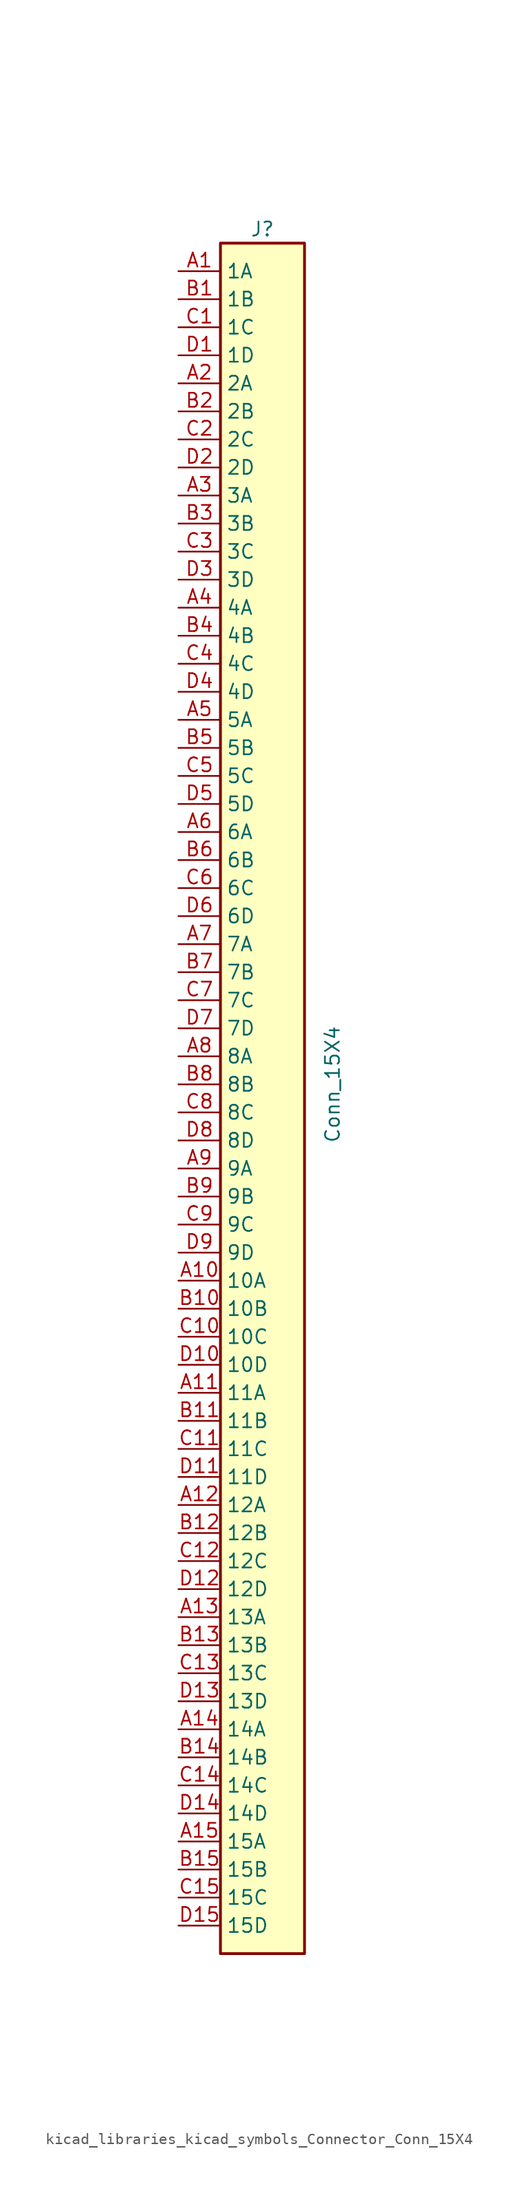
<source format=kicad_sym>
(kicad_symbol_lib
  (version 20220914)
  (generator kicad_symbol_editor)
  (symbol "kicad_libraries_kicad_symbols_Connector_Conn_15X4"
    (property "Reference" "J"
      (at 0 80.01 0)
      (effects (font (size 1.27 1.27))))
    (property "Value" "Conn_15X4"
      (at 6.35 2.54 90)
      (effects (font (size 1.27 1.27))))
    (symbol "kicad_libraries_kicad_symbols_Connector_Conn_15X4_0_1"
      (rectangle (start 3.81 -76.2) (end -3.81 78.74) (stroke (width 0.254) (type default)) (fill (type background))))
    (symbol "kicad_libraries_kicad_symbols_Connector_Conn_15X4_1_1"
      (pin passive line (at -7.62 76.2 0) (length 3.81) (name "1A" (effects (font (size 1.27 1.27)))) (number "A1" (effects (font (size 1.27 1.27)))))
      (pin passive line (at -7.62 -15.24 0) (length 3.81) (name "10A" (effects (font (size 1.27 1.27)))) (number "A10" (effects (font (size 1.27 1.27)))))
      (pin passive line (at -7.62 -25.4 0) (length 3.81) (name "11A" (effects (font (size 1.27 1.27)))) (number "A11" (effects (font (size 1.27 1.27)))))
      (pin passive line (at -7.62 -35.56 0) (length 3.81) (name "12A" (effects (font (size 1.27 1.27)))) (number "A12" (effects (font (size 1.27 1.27)))))
      (pin passive line (at -7.62 -45.72 0) (length 3.81) (name "13A" (effects (font (size 1.27 1.27)))) (number "A13" (effects (font (size 1.27 1.27)))))
      (pin passive line (at -7.62 -55.88 0) (length 3.81) (name "14A" (effects (font (size 1.27 1.27)))) (number "A14" (effects (font (size 1.27 1.27)))))
      (pin passive line (at -7.62 -66.04 0) (length 3.81) (name "15A" (effects (font (size 1.27 1.27)))) (number "A15" (effects (font (size 1.27 1.27)))))
      (pin passive line (at -7.62 66.04 0) (length 3.81) (name "2A" (effects (font (size 1.27 1.27)))) (number "A2" (effects (font (size 1.27 1.27)))))
      (pin passive line (at -7.62 55.88 0) (length 3.81) (name "3A" (effects (font (size 1.27 1.27)))) (number "A3" (effects (font (size 1.27 1.27)))))
      (pin passive line (at -7.62 45.72 0) (length 3.81) (name "4A" (effects (font (size 1.27 1.27)))) (number "A4" (effects (font (size 1.27 1.27)))))
      (pin passive line (at -7.62 35.56 0) (length 3.81) (name "5A" (effects (font (size 1.27 1.27)))) (number "A5" (effects (font (size 1.27 1.27)))))
      (pin passive line (at -7.62 25.4 0) (length 3.81) (name "6A" (effects (font (size 1.27 1.27)))) (number "A6" (effects (font (size 1.27 1.27)))))
      (pin passive line (at -7.62 15.24 0) (length 3.81) (name "7A" (effects (font (size 1.27 1.27)))) (number "A7" (effects (font (size 1.27 1.27)))))
      (pin passive line (at -7.62 5.08 0) (length 3.81) (name "8A" (effects (font (size 1.27 1.27)))) (number "A8" (effects (font (size 1.27 1.27)))))
      (pin passive line (at -7.62 -5.08 0) (length 3.81) (name "9A" (effects (font (size 1.27 1.27)))) (number "A9" (effects (font (size 1.27 1.27)))))
      (pin passive line (at -7.62 73.66 0) (length 3.81) (name "1B" (effects (font (size 1.27 1.27)))) (number "B1" (effects (font (size 1.27 1.27)))))
      (pin passive line (at -7.62 -17.78 0) (length 3.81) (name "10B" (effects (font (size 1.27 1.27)))) (number "B10" (effects (font (size 1.27 1.27)))))
      (pin passive line (at -7.62 -27.94 0) (length 3.81) (name "11B" (effects (font (size 1.27 1.27)))) (number "B11" (effects (font (size 1.27 1.27)))))
      (pin passive line (at -7.62 -38.1 0) (length 3.81) (name "12B" (effects (font (size 1.27 1.27)))) (number "B12" (effects (font (size 1.27 1.27)))))
      (pin passive line (at -7.62 -48.26 0) (length 3.81) (name "13B" (effects (font (size 1.27 1.27)))) (number "B13" (effects (font (size 1.27 1.27)))))
      (pin passive line (at -7.62 -58.42 0) (length 3.81) (name "14B" (effects (font (size 1.27 1.27)))) (number "B14" (effects (font (size 1.27 1.27)))))
      (pin passive line (at -7.62 -68.58 0) (length 3.81) (name "15B" (effects (font (size 1.27 1.27)))) (number "B15" (effects (font (size 1.27 1.27)))))
      (pin passive line (at -7.62 63.5 0) (length 3.81) (name "2B" (effects (font (size 1.27 1.27)))) (number "B2" (effects (font (size 1.27 1.27)))))
      (pin passive line (at -7.62 53.34 0) (length 3.81) (name "3B" (effects (font (size 1.27 1.27)))) (number "B3" (effects (font (size 1.27 1.27)))))
      (pin passive line (at -7.62 43.18 0) (length 3.81) (name "4B" (effects (font (size 1.27 1.27)))) (number "B4" (effects (font (size 1.27 1.27)))))
      (pin passive line (at -7.62 33.02 0) (length 3.81) (name "5B" (effects (font (size 1.27 1.27)))) (number "B5" (effects (font (size 1.27 1.27)))))
      (pin passive line (at -7.62 22.86 0) (length 3.81) (name "6B" (effects (font (size 1.27 1.27)))) (number "B6" (effects (font (size 1.27 1.27)))))
      (pin passive line (at -7.62 12.7 0) (length 3.81) (name "7B" (effects (font (size 1.27 1.27)))) (number "B7" (effects (font (size 1.27 1.27)))))
      (pin passive line (at -7.62 2.54 0) (length 3.81) (name "8B" (effects (font (size 1.27 1.27)))) (number "B8" (effects (font (size 1.27 1.27)))))
      (pin passive line (at -7.62 -7.62 0) (length 3.81) (name "9B" (effects (font (size 1.27 1.27)))) (number "B9" (effects (font (size 1.27 1.27)))))
      (pin passive line (at -7.62 71.12 0) (length 3.81) (name "1C" (effects (font (size 1.27 1.27)))) (number "C1" (effects (font (size 1.27 1.27)))))
      (pin passive line (at -7.62 -20.32 0) (length 3.81) (name "10C" (effects (font (size 1.27 1.27)))) (number "C10" (effects (font (size 1.27 1.27)))))
      (pin passive line (at -7.62 -30.48 0) (length 3.81) (name "11C" (effects (font (size 1.27 1.27)))) (number "C11" (effects (font (size 1.27 1.27)))))
      (pin passive line (at -7.62 -40.64 0) (length 3.81) (name "12C" (effects (font (size 1.27 1.27)))) (number "C12" (effects (font (size 1.27 1.27)))))
      (pin passive line (at -7.62 -50.8 0) (length 3.81) (name "13C" (effects (font (size 1.27 1.27)))) (number "C13" (effects (font (size 1.27 1.27)))))
      (pin passive line (at -7.62 -60.96 0) (length 3.81) (name "14C" (effects (font (size 1.27 1.27)))) (number "C14" (effects (font (size 1.27 1.27)))))
      (pin passive line (at -7.62 -71.12 0) (length 3.81) (name "15C" (effects (font (size 1.27 1.27)))) (number "C15" (effects (font (size 1.27 1.27)))))
      (pin passive line (at -7.62 60.96 0) (length 3.81) (name "2C" (effects (font (size 1.27 1.27)))) (number "C2" (effects (font (size 1.27 1.27)))))
      (pin passive line (at -7.62 50.8 0) (length 3.81) (name "3C" (effects (font (size 1.27 1.27)))) (number "C3" (effects (font (size 1.27 1.27)))))
      (pin passive line (at -7.62 40.64 0) (length 3.81) (name "4C" (effects (font (size 1.27 1.27)))) (number "C4" (effects (font (size 1.27 1.27)))))
      (pin passive line (at -7.62 30.48 0) (length 3.81) (name "5C" (effects (font (size 1.27 1.27)))) (number "C5" (effects (font (size 1.27 1.27)))))
      (pin passive line (at -7.62 20.32 0) (length 3.81) (name "6C" (effects (font (size 1.27 1.27)))) (number "C6" (effects (font (size 1.27 1.27)))))
      (pin passive line (at -7.62 10.16 0) (length 3.81) (name "7C" (effects (font (size 1.27 1.27)))) (number "C7" (effects (font (size 1.27 1.27)))))
      (pin passive line (at -7.62 0 0) (length 3.81) (name "8C" (effects (font (size 1.27 1.27)))) (number "C8" (effects (font (size 1.27 1.27)))))
      (pin passive line (at -7.62 -10.16 0) (length 3.81) (name "9C" (effects (font (size 1.27 1.27)))) (number "C9" (effects (font (size 1.27 1.27)))))
      (pin passive line (at -7.62 68.58 0) (length 3.81) (name "1D" (effects (font (size 1.27 1.27)))) (number "D1" (effects (font (size 1.27 1.27)))))
      (pin passive line (at -7.62 -22.86 0) (length 3.81) (name "10D" (effects (font (size 1.27 1.27)))) (number "D10" (effects (font (size 1.27 1.27)))))
      (pin passive line (at -7.62 -33.02 0) (length 3.81) (name "11D" (effects (font (size 1.27 1.27)))) (number "D11" (effects (font (size 1.27 1.27)))))
      (pin passive line (at -7.62 -43.18 0) (length 3.81) (name "12D" (effects (font (size 1.27 1.27)))) (number "D12" (effects (font (size 1.27 1.27)))))
      (pin passive line (at -7.62 -53.34 0) (length 3.81) (name "13D" (effects (font (size 1.27 1.27)))) (number "D13" (effects (font (size 1.27 1.27)))))
      (pin passive line (at -7.62 -63.5 0) (length 3.81) (name "14D" (effects (font (size 1.27 1.27)))) (number "D14" (effects (font (size 1.27 1.27)))))
      (pin passive line (at -7.62 -73.66 0) (length 3.81) (name "15D" (effects (font (size 1.27 1.27)))) (number "D15" (effects (font (size 1.27 1.27)))))
      (pin passive line (at -7.62 58.42 0) (length 3.81) (name "2D" (effects (font (size 1.27 1.27)))) (number "D2" (effects (font (size 1.27 1.27)))))
      (pin passive line (at -7.62 48.26 0) (length 3.81) (name "3D" (effects (font (size 1.27 1.27)))) (number "D3" (effects (font (size 1.27 1.27)))))
      (pin passive line (at -7.62 38.1 0) (length 3.81) (name "4D" (effects (font (size 1.27 1.27)))) (number "D4" (effects (font (size 1.27 1.27)))))
      (pin passive line (at -7.62 27.94 0) (length 3.81) (name "5D" (effects (font (size 1.27 1.27)))) (number "D5" (effects (font (size 1.27 1.27)))))
      (pin passive line (at -7.62 17.78 0) (length 3.81) (name "6D" (effects (font (size 1.27 1.27)))) (number "D6" (effects (font (size 1.27 1.27)))))
      (pin passive line (at -7.62 7.62 0) (length 3.81) (name "7D" (effects (font (size 1.27 1.27)))) (number "D7" (effects (font (size 1.27 1.27)))))
      (pin passive line (at -7.62 -2.54 0) (length 3.81) (name "8D" (effects (font (size 1.27 1.27)))) (number "D8" (effects (font (size 1.27 1.27)))))
      (pin passive line (at -7.62 -12.7 0) (length 3.81) (name "9D" (effects (font (size 1.27 1.27)))) (number "D9" (effects (font (size 1.27 1.27))))))))
</source>
